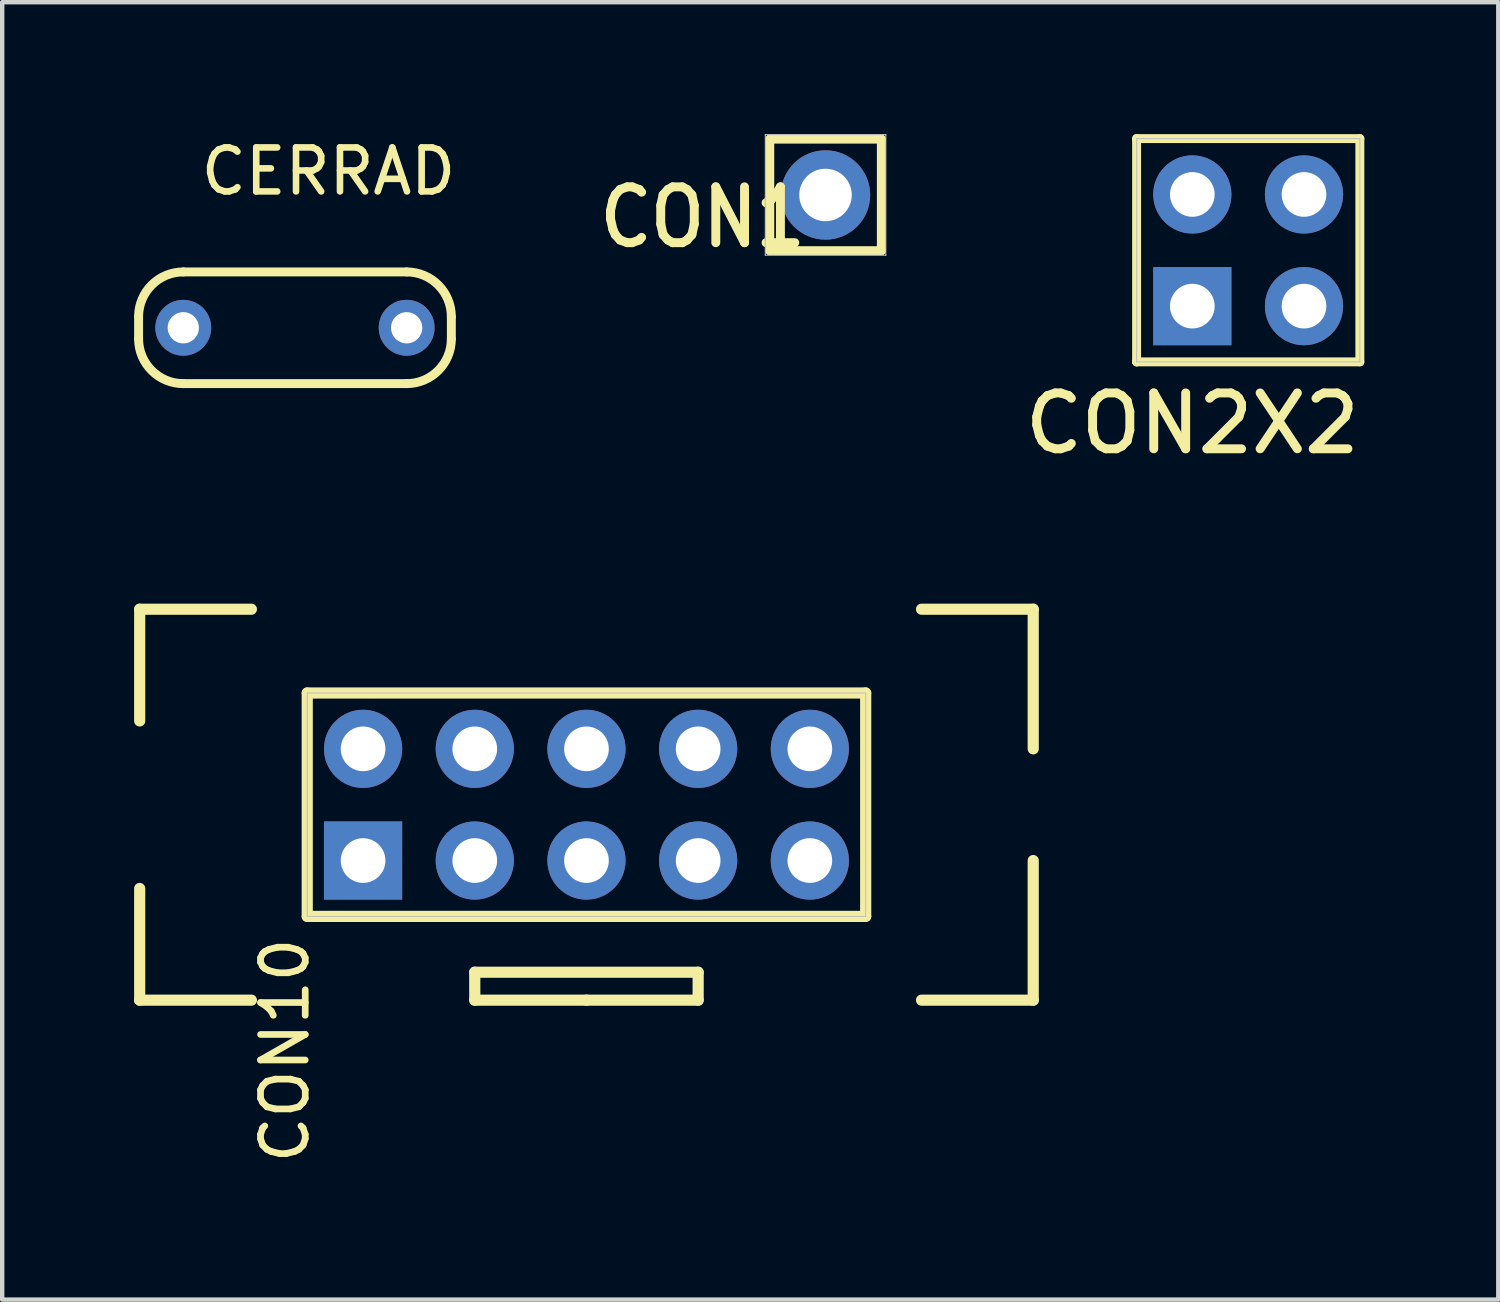
<source format=kicad_pcb>
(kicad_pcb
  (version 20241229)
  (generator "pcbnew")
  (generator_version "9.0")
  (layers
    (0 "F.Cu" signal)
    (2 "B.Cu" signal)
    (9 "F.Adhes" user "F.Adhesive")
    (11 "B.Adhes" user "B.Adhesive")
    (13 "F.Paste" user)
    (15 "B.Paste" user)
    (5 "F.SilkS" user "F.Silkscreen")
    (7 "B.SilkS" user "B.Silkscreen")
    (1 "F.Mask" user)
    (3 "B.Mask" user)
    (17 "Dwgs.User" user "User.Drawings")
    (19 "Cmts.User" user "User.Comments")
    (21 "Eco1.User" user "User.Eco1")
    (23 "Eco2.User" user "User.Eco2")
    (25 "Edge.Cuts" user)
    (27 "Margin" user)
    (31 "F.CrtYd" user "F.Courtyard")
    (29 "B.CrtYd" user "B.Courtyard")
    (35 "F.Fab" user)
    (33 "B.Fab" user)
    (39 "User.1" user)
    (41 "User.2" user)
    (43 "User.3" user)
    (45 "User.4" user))
  (footprint "CON2X2"
    (layer "F.Cu")
    (at 24.065 3.912)
    (property "Reference" "CON2X2" (at 0 2.667 0) (layer "F.SilkS") (effects (font (size 1.27 1.27) (thickness 0.203))))
    (attr through_hole)
    (fp_line (start -1.267 -3.81) (end -1.267 1.267) (stroke (width 0.203) (type solid)) (layer "F.SilkS"))
    (fp_line (start -1.267 1.267) (end -1.267 1.267) (stroke (width 0.203) (type solid)) (layer "F.SilkS"))
    (fp_line (start -1.267 1.267) (end 3.81 1.267) (stroke (width 0.203) (type solid)) (layer "F.SilkS"))
    (fp_line (start 3.81 -3.81) (end -1.267 -3.81) (stroke (width 0.203) (type solid)) (layer "F.SilkS"))
    (fp_line (start 3.81 1.267) (end 3.81 -3.81) (stroke (width 0.203) (type solid)) (layer "F.SilkS"))
    (fp_line (start -1.267 -3.81) (end 3.81 -3.81) (stroke (width 0.025) (type solid)) (layer "Dwgs.User"))
    (fp_line (start -1.267 1.267) (end -1.267 -3.81) (stroke (width 0.025) (type solid)) (layer "Dwgs.User"))
    (fp_line (start 3.81 -3.81) (end 3.81 1.267) (stroke (width 0.025) (type solid)) (layer "Dwgs.User"))
    (fp_line (start 3.81 1.267) (end -1.267 1.267) (stroke (width 0.025) (type solid)) (layer "Dwgs.User"))
    (fp_line (start -1.267 -3.81) (end -1.267 1.267) (stroke (width 0.203) (type solid)) (layer "Eco1.User"))
    (fp_line (start -1.267 1.267) (end -1.267 1.267) (stroke (width 0.203) (type solid)) (layer "Eco1.User"))
    (fp_line (start -1.267 1.267) (end 3.81 1.267) (stroke (width 0.203) (type solid)) (layer "Eco1.User"))
    (fp_line (start 3.81 -3.81) (end -1.267 -3.81) (stroke (width 0.203) (type solid)) (layer "Eco1.User"))
    (fp_line (start 3.81 1.267) (end 3.81 -3.81) (stroke (width 0.203) (type solid)) (layer "Eco1.User"))
    (pad "1" thru_hole rect (at 0 0) (size 1.778 1.778) (drill 1.016) (layers "*.Cu" "*.Mask" "Eco1.User"))
    (pad "2" thru_hole circle (at 0 -2.54) (size 1.778 1.778) (drill 1.016) (layers "*.Cu" "*.Mask" "Eco1.User"))
    (pad "3" thru_hole circle (at 2.54 0) (size 1.778 1.778) (drill 1.016) (layers "*.Cu" "*.Mask" "Eco1.User"))
    (pad "4" thru_hole circle (at 2.54 -2.54) (size 1.778 1.778) (drill 1.016) (layers "*.Cu" "*.Mask" "Eco1.User")))
  (footprint "CON10"
    (layer "F.Cu")
    (at 5.207 16.52)
    (property "Reference" "CON10" (at -1.778 4.318 90) (layer "F.SilkS") (effects (font (size 1.016 1.016) (thickness 0.152))))
    (attr smd)
    (fp_line (start -5.08 -5.715) (end -2.54 -5.715) (stroke (width 0.254) (type solid)) (layer "F.SilkS"))
    (fp_line (start -5.08 -3.175) (end -5.08 -5.715) (stroke (width 0.254) (type solid)) (layer "F.SilkS"))
    (fp_line (start -5.08 0.635) (end -5.08 3.175) (stroke (width 0.254) (type solid)) (layer "F.SilkS"))
    (fp_line (start -5.08 3.175) (end -2.54 3.175) (stroke (width 0.254) (type solid)) (layer "F.SilkS"))
    (fp_line (start -1.27 -3.81) (end -1.27 1.27) (stroke (width 0.254) (type solid)) (layer "F.SilkS"))
    (fp_line (start -1.27 1.27) (end 11.43 1.27) (stroke (width 0.254) (type solid)) (layer "F.SilkS"))
    (fp_line (start 2.54 2.54) (end 7.62 2.54) (stroke (width 0.254) (type solid)) (layer "F.SilkS"))
    (fp_line (start 2.54 3.175) (end 2.54 2.54) (stroke (width 0.254) (type solid)) (layer "F.SilkS"))
    (fp_line (start 5.08 3.175) (end 2.54 3.175) (stroke (width 0.254) (type solid)) (layer "F.SilkS"))
    (fp_line (start 7.62 2.54) (end 7.62 3.175) (stroke (width 0.254) (type solid)) (layer "F.SilkS"))
    (fp_line (start 7.62 3.175) (end 5.08 3.175) (stroke (width 0.254) (type solid)) (layer "F.SilkS"))
    (fp_line (start 11.43 -3.81) (end -1.27 -3.81) (stroke (width 0.254) (type solid)) (layer "F.SilkS"))
    (fp_line (start 11.43 1.27) (end 11.43 -3.81) (stroke (width 0.254) (type solid)) (layer "F.SilkS"))
    (fp_line (start 12.7 -5.715) (end 15.24 -5.715) (stroke (width 0.254) (type solid)) (layer "F.SilkS"))
    (fp_line (start 12.7 3.175) (end 15.24 3.175) (stroke (width 0.254) (type solid)) (layer "F.SilkS"))
    (fp_line (start 15.24 -5.715) (end 15.24 -2.54) (stroke (width 0.254) (type solid)) (layer "F.SilkS"))
    (fp_line (start 15.24 3.175) (end 15.24 0) (stroke (width 0.254) (type solid)) (layer "F.SilkS"))
    (fp_line (start -1.27 -3.81) (end 11.43 -3.81) (stroke (width 0.025) (type solid)) (layer "Dwgs.User"))
    (fp_line (start -1.27 1.27) (end -1.27 -3.81) (stroke (width 0.025) (type solid)) (layer "Dwgs.User"))
    (fp_line (start 11.43 -3.81) (end 11.43 1.27) (stroke (width 0.025) (type solid)) (layer "Dwgs.User"))
    (fp_line (start 11.43 1.27) (end -1.27 1.27) (stroke (width 0.025) (type solid)) (layer "Dwgs.User"))
    (fp_line (start -5.08 -5.715) (end -5.08 -3.175) (stroke (width 0.254) (type solid)) (layer "Eco1.User"))
    (fp_line (start -5.08 3.175) (end -5.08 0.635) (stroke (width 0.254) (type solid)) (layer "Eco1.User"))
    (fp_line (start -2.54 -5.715) (end -5.08 -5.715) (stroke (width 0.254) (type solid)) (layer "Eco1.User"))
    (fp_line (start -2.54 3.175) (end -5.08 3.175) (stroke (width 0.254) (type solid)) (layer "Eco1.User"))
    (fp_line (start 2.54 2.54) (end 2.54 3.175) (stroke (width 0.254) (type solid)) (layer "Eco1.User"))
    (fp_line (start 2.54 3.175) (end 7.62 3.175) (stroke (width 0.254) (type solid)) (layer "Eco1.User"))
    (fp_line (start 7.62 2.54) (end 2.54 2.54) (stroke (width 0.254) (type solid)) (layer "Eco1.User"))
    (fp_line (start 7.62 3.175) (end 7.62 2.54) (stroke (width 0.254) (type solid)) (layer "Eco1.User"))
    (fp_line (start 12.7 -5.715) (end 15.24 -5.715) (stroke (width 0.254) (type solid)) (layer "Eco1.User"))
    (fp_line (start 12.7 3.175) (end 15.24 3.175) (stroke (width 0.254) (type solid)) (layer "Eco1.User"))
    (fp_line (start 15.24 -5.715) (end 15.24 -3.175) (stroke (width 0.254) (type solid)) (layer "Eco1.User"))
    (fp_line (start 15.24 3.175) (end 15.24 0.635) (stroke (width 0.254) (type solid)) (layer "Eco1.User"))
    (pad "1" thru_hole rect (at 0 0) (size 1.778 1.778) (drill 1.016) (layers "*.Cu" "*.Mask" "Eco1.User" "Eco2.User"))
    (pad "2" thru_hole circle (at 0 -2.54) (size 1.778 1.778) (drill 1.016) (layers "*.Cu" "*.Mask" "Eco1.User" "Eco2.User"))
    (pad "3" thru_hole circle (at 2.54 0) (size 1.778 1.778) (drill 1.016) (layers "*.Cu" "*.Mask" "Eco1.User" "Eco2.User"))
    (pad "4" thru_hole circle (at 2.54 -2.54) (size 1.778 1.778) (drill 1.016) (layers "*.Cu" "*.Mask" "Eco1.User" "Eco2.User"))
    (pad "5" thru_hole circle (at 5.08 0) (size 1.778 1.778) (drill 1.016) (layers "*.Cu" "*.Mask" "Eco1.User" "Eco2.User"))
    (pad "6" thru_hole circle (at 5.08 -2.54) (size 1.778 1.778) (drill 1.016) (layers "*.Cu" "*.Mask" "Eco1.User" "Eco2.User"))
    (pad "7" thru_hole circle (at 7.62 0) (size 1.778 1.778) (drill 1.016) (layers "*.Cu" "*.Mask" "Eco1.User" "Eco2.User"))
    (pad "8" thru_hole circle (at 7.62 -2.54) (size 1.778 1.778) (drill 1.016) (layers "*.Cu" "*.Mask" "Eco1.User" "Eco2.User"))
    (pad "9" thru_hole circle (at 10.16 0) (size 1.778 1.778) (drill 1.016) (layers "*.Cu" "*.Mask" "Eco1.User" "Eco2.User"))
    (pad "10" thru_hole circle (at 10.16 -2.54) (size 1.778 1.778) (drill 1.016) (layers "*.Cu" "*.Mask" "Eco1.User" "Eco2.User")))
  (footprint "CERRAD"
    (layer "F.Cu")
    (at 1.118 4.404)
    (property "Reference" "CERRAD" (at 3.302 -3.556 0) (layer "F.SilkS") (effects (font (size 1 1) (thickness 0.15))))
    (attr through_hole)
    (fp_line (start -1.016 -0.254) (end -1.016 0.254) (stroke (width 0.203) (type solid)) (layer "F.SilkS"))
    (fp_line (start 5.08 -1.27) (end 0 -1.27) (stroke (width 0.203) (type solid)) (layer "F.SilkS"))
    (fp_line (start 5.08 1.27) (end 0 1.27) (stroke (width 0.203) (type solid)) (layer "F.SilkS"))
    (fp_line (start 6.096 -0.254) (end 6.096 0.254) (stroke (width 0.203) (type solid)) (layer "F.SilkS"))
    (fp_arc (start -1.016 -0.254) (mid -0.71842 -0.97242) (end 0 -1.27) (stroke (width 0.2032) (type solid)) (layer "F.SilkS"))
    (fp_arc (start 0 1.27) (mid -0.71842 0.97242) (end -1.016 0.254) (stroke (width 0.2032) (type solid)) (layer "F.SilkS"))
    (fp_arc (start 5.08 -1.27) (mid 5.79842 -0.97242) (end 6.096 -0.254) (stroke (width 0.2032) (type solid)) (layer "F.SilkS"))
    (fp_arc (start 6.096 0.254) (mid 5.79842 0.97242) (end 5.08 1.27) (stroke (width 0.2032) (type solid)) (layer "F.SilkS"))
    (fp_line (start -1.016 -0.254) (end -1.016 0.254) (stroke (width 0.203) (type solid)) (layer "Eco1.User"))
    (fp_line (start 5.08 -1.27) (end 0 -1.27) (stroke (width 0.203) (type solid)) (layer "Eco1.User"))
    (fp_line (start 5.08 1.27) (end 0 1.27) (stroke (width 0.203) (type solid)) (layer "Eco1.User"))
    (fp_line (start 6.096 -0.254) (end 6.096 0.254) (stroke (width 0.203) (type solid)) (layer "Eco1.User"))
    (fp_arc (start -1.016 -0.254) (mid -0.71842 -0.97242) (end 0 -1.27) (stroke (width 0.2032) (type solid)) (layer "Eco1.User"))
    (fp_arc (start 0 1.27) (mid -0.71842 0.97242) (end -1.016 0.254) (stroke (width 0.2032) (type solid)) (layer "Eco1.User"))
    (fp_arc (start 5.08 -1.27) (mid 5.79842 -0.97242) (end 6.096 -0.254) (stroke (width 0.2032) (type solid)) (layer "Eco1.User"))
    (fp_arc (start 6.096 0.254) (mid 5.79842 0.97242) (end 5.08 1.27) (stroke (width 0.2032) (type solid)) (layer "Eco1.User"))
    (pad "1" thru_hole circle (at 0 0) (size 1.27 1.27) (drill 0.711) (layers "*.Cu" "*.Mask"))
    (pad "2" thru_hole circle (at 5.08 0) (size 1.27 1.27) (drill 0.711) (layers "*.Cu" "*.Mask")))
  (footprint "CON1"
    (layer "F.Cu")
    (at 15.723 1.384)
    (property "Reference" "CON1" (at -2.794 0.508 0) (layer "F.SilkS") (effects (font (size 1.27 1.143) (thickness 0.203))))
    (attr through_hole)
    (fp_line (start -1.267 -1.27) (end -1.267 1.267) (stroke (width 0.203) (type solid)) (layer "F.SilkS"))
    (fp_line (start -1.267 1.267) (end 1.27 1.267) (stroke (width 0.203) (type solid)) (layer "F.SilkS"))
    (fp_line (start 1.27 -1.27) (end -1.267 -1.27) (stroke (width 0.203) (type solid)) (layer "F.SilkS"))
    (fp_line (start 1.27 1.267) (end 1.27 -1.27) (stroke (width 0.203) (type solid)) (layer "F.SilkS"))
    (fp_line (start -1.369 -1.372) (end -1.369 1.369) (stroke (width 0.025) (type solid)) (layer "Dwgs.User"))
    (fp_line (start -1.369 1.369) (end 1.372 1.369) (stroke (width 0.025) (type solid)) (layer "Dwgs.User"))
    (fp_line (start 1.372 -1.372) (end -1.369 -1.372) (stroke (width 0.025) (type solid)) (layer "Dwgs.User"))
    (fp_line (start 1.372 1.369) (end 1.372 -1.372) (stroke (width 0.025) (type solid)) (layer "Dwgs.User"))
    (fp_line (start -1.267 -1.27) (end -1.267 1.267) (stroke (width 0.203) (type solid)) (layer "Eco1.User"))
    (fp_line (start -1.267 1.267) (end 1.27 1.267) (stroke (width 0.203) (type solid)) (layer "Eco1.User"))
    (fp_line (start 1.27 -1.27) (end -1.267 -1.27) (stroke (width 0.203) (type solid)) (layer "Eco1.User"))
    (fp_line (start 1.27 1.267) (end 1.27 -1.27) (stroke (width 0.203) (type solid)) (layer "Eco1.User"))
    (pad "1" thru_hole circle (at 0 0) (size 2.032 2.032) (drill 1.194) (layers "*.Cu" "*.Mask" "Eco1.User" "Eco2.User")))
  (gr_rect
    (start -3 -3)
    (end 31.023 26.505)
    (stroke (width 0.1) (type default))
    (fill no)
    (layer "Edge.Cuts")))
</source>
